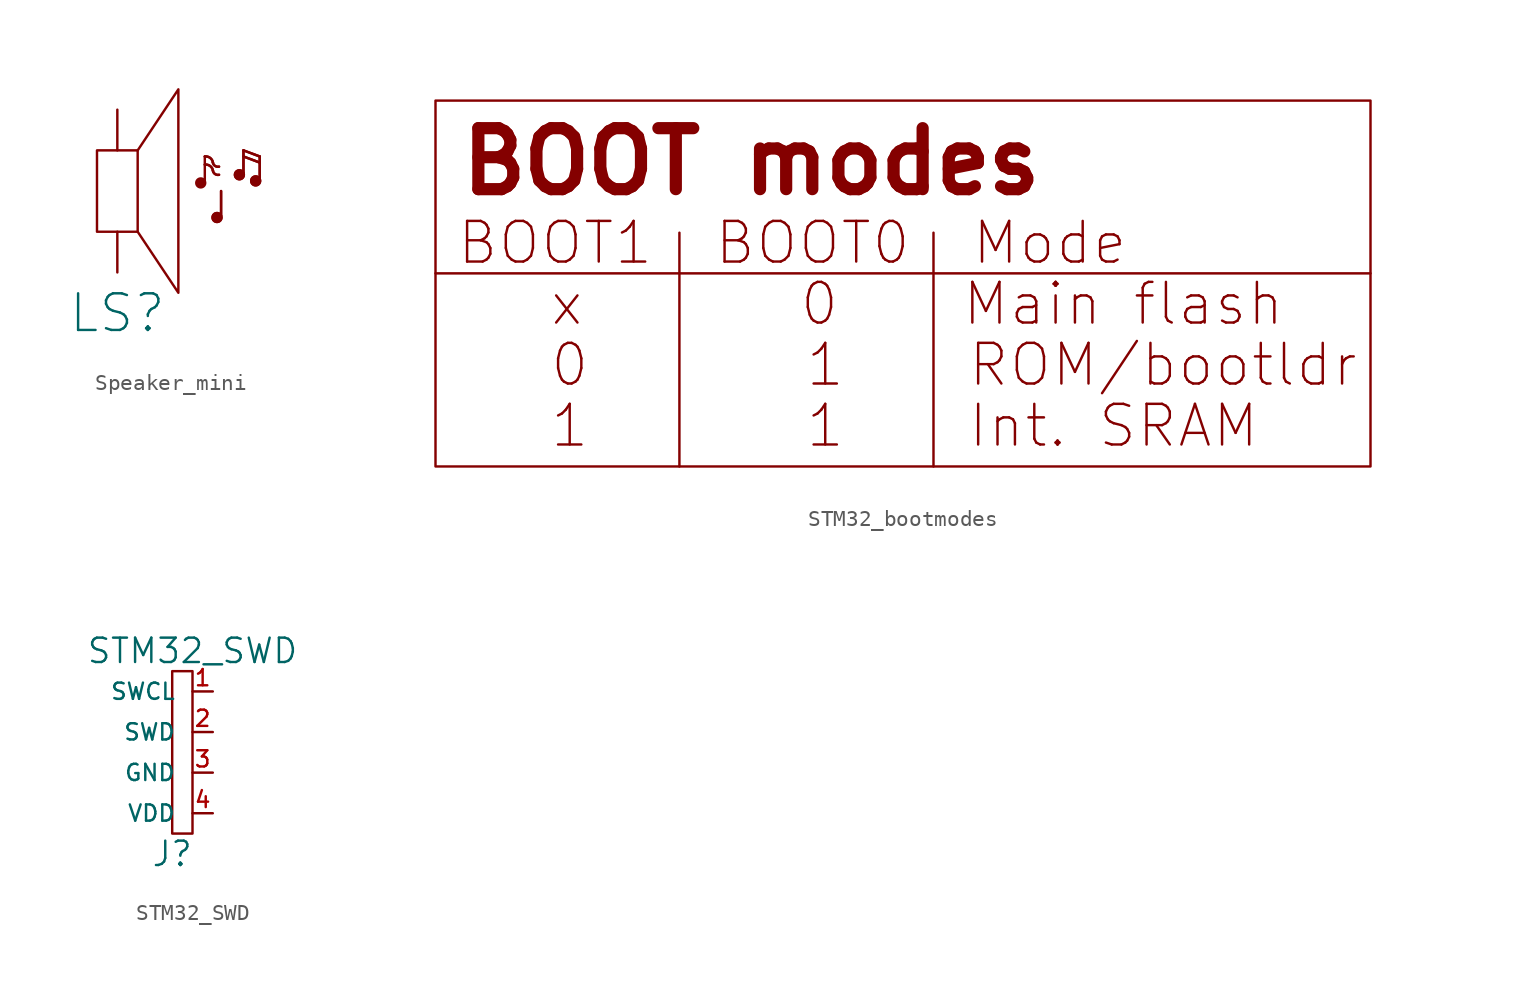
<source format=kicad_sym>
(kicad_symbol_lib
  (version 20211014)
  (generator kicad_symbol_editor)
  (symbol "Speaker_mini"
    (pin_numbers hide)
    (pin_names
      (offset 0) hide)
    (property "Reference" "LS"
      (at 0 -7.62 0)
      (effects (font (size 2.286 2.286))))
    (symbol "Speaker_mini_0_1"
      (rectangle (start -1.27 2.54) (end 1.27 -2.54) (stroke (width 0) (type default) (color 0 0 0 0)) (fill (type none)))
      (polyline (pts (xy 5.461 0.635) (xy 5.461 2.159)) (stroke (width 0) (type default) (color 0 0 0 0)) (fill (type none)))
      (polyline (pts (xy 6.477 -1.524) (xy 6.477 0)) (stroke (width 0) (type default) (color 0 0 0 0)) (fill (type none)))
      (polyline (pts (xy 6.477 -1.524) (xy 6.477 0)) (stroke (width 0) (type default) (color 0 0 0 0)) (fill (type none)))
      (polyline (pts (xy 7.874 1.016) (xy 7.874 2.54)) (stroke (width 0) (type default) (color 0 0 0 0)) (fill (type none)))
      (polyline (pts (xy 7.874 1.016) (xy 7.874 2.54)) (stroke (width 0) (type default) (color 0 0 0 0)) (fill (type none)))
      (polyline (pts (xy 7.874 2.159) (xy 8.89 1.778)) (stroke (width 0) (type default) (color 0 0 0 0)) (fill (type none)))
      (polyline (pts (xy 7.874 2.159) (xy 8.89 1.778)) (stroke (width 0) (type default) (color 0 0 0 0)) (fill (type none)))
      (polyline (pts (xy 7.874 2.54) (xy 8.89 2.159)) (stroke (width 0) (type default) (color 0 0 0 0)) (fill (type none)))
      (polyline (pts (xy 7.874 2.54) (xy 8.89 2.159)) (stroke (width 0) (type default) (color 0 0 0 0)) (fill (type none)))
      (polyline (pts (xy 8.89 0.762) (xy 8.89 2.159)) (stroke (width 0) (type default) (color 0 0 0 0)) (fill (type none)))
      (polyline (pts (xy 8.89 0.762) (xy 8.89 2.159)) (stroke (width 0) (type default) (color 0 0 0 0)) (fill (type none)))
      (polyline (pts (xy 1.27 2.54) (xy 3.81 6.35) (xy 3.81 -6.35) (xy 1.27 -2.54)) (stroke (width 0) (type default) (color 0 0 0 0)) (fill (type none)))
      (circle (center 5.207 0.508) (radius 0.279) (stroke (width 0) (type default) (color 0 0 0 0)) (fill (type outline)))
      (arc (start 5.969 1.27) (mid 5.7919 1.5631) (end 5.461 1.651) (stroke (width 0) (type default) (color 0 0 0 0)) (fill (type none)))
      (arc (start 5.969 1.27) (mid 5.7919 1.5631) (end 5.461 1.651) (stroke (width 0) (type default) (color 0 0 0 0)) (fill (type none)))
      (arc (start 5.969 1.27) (mid 6.1054 1.0618) (end 6.35 1.016) (stroke (width 0) (type default) (color 0 0 0 0)) (fill (type none)))
      (arc (start 5.969 1.27) (mid 6.1054 1.0618) (end 6.35 1.016) (stroke (width 0) (type default) (color 0 0 0 0)) (fill (type none)))
      (arc (start 5.969 1.778) (mid 5.7919 2.0711) (end 5.461 2.159) (stroke (width 0) (type default) (color 0 0 0 0)) (fill (type none)))
      (arc (start 5.969 1.778) (mid 5.7919 2.0711) (end 5.461 2.159) (stroke (width 0) (type default) (color 0 0 0 0)) (fill (type none)))
      (arc (start 5.969 1.778) (mid 6.1054 1.5698) (end 6.35 1.524) (stroke (width 0) (type default) (color 0 0 0 0)) (fill (type none)))
      (arc (start 5.969 1.778) (mid 6.1054 1.5698) (end 6.35 1.524) (stroke (width 0) (type default) (color 0 0 0 0)) (fill (type none)))
      (circle (center 6.223 -1.651) (radius 0.279) (stroke (width 0) (type default) (color 0 0 0 0)) (fill (type outline)))
      (circle (center 6.223 -1.651) (radius 0.279) (stroke (width 0) (type default) (color 0 0 0 0)) (fill (type outline)))
      (circle (center 7.62 1.016) (radius 0.279) (stroke (width 0) (type default) (color 0 0 0 0)) (fill (type outline)))
      (circle (center 7.62 1.016) (radius 0.279) (stroke (width 0) (type default) (color 0 0 0 0)) (fill (type outline)))
      (circle (center 8.636 0.635) (radius 0.279) (stroke (width 0) (type default) (color 0 0 0 0)) (fill (type outline)))
      (circle (center 8.636 0.635) (radius 0.279) (stroke (width 0) (type default) (color 0 0 0 0)) (fill (type outline))))
    (symbol "Speaker_mini_1_1"
      (pin passive line (at 0 5.08 270) (length 2.54) (name "L+" (effects (font (size 1.016 1.016)))) (number "1" (effects (font (size 1.016 1.016)))))
      (pin passive line (at 0 -5.08 90) (length 2.54) (name "L-" (effects (font (size 1.016 1.016)))) (number "2" (effects (font (size 1.016 1.016)))))))
  (symbol "STM32_bootmodes"
    (power)
    (pin_names
      (offset 1.016))
    (property "Reference" "TXT"
      (at -24.13 16.51 0)
      (effects (font (size 1.803 1.803)) hide))
    (symbol "STM32_bootmodes_1_1"
      (rectangle (start -27.94 15.24) (end 30.48 -7.62) (stroke (width 0) (type default) (color 0 0 0 0)) (fill (type none)))
      (polyline (pts (xy -27.94 4.445) (xy 30.48 4.445)) (stroke (width 0) (type default) (color 0 0 0 0)) (fill (type none)))
      (polyline (pts (xy -12.7 6.985) (xy -12.7 -7.62)) (stroke (width 0) (type default) (color 0 0 0 0)) (fill (type none)))
      (polyline (pts (xy 3.175 6.985) (xy 3.175 -7.62)) (stroke (width 0) (type default) (color 0 0 0 0)) (fill (type none)))
      (text "   0       1    ROM/bootldr" (at -26.67 -1.27 0) (effects (font (size 2.54 2.54)) (justify left)))
      (text "   1       1    Int. SRAM" (at -26.67 -5.08 0) (effects (font (size 2.54 2.54)) (justify left)))
      (text "   x       0    Main flash" (at -26.67 2.54 0) (effects (font (size 2.54 2.54)) (justify left)))
      (text "BOOT modes" (at -26.67 11.43 0) (effects (font (size 3.81 3.81) bold) (justify left)))
      (text "BOOT1  BOOT0  Mode" (at -26.67 6.35 0) (effects (font (size 2.54 2.54)) (justify left)))))
  (symbol "STM32_SWD"
    (pin_names
      (offset 1.016))
    (property "Reference" "J"
      (at -1.27 -7.62 0)
      (effects (font (size 1.524 1.524))))
    (property "Value" "STM32_SWD"
      (at 0 5.08 0)
      (effects (font (size 1.524 1.524))))
    (symbol "STM32_SWD_0_1"
      (rectangle (start -1.27 3.81) (end 0 -6.35) (stroke (width 0) (type default) (color 0 0 0 0)) (fill (type none))))
    (symbol "STM32_SWD_1_1"
      (pin input line (at 1.27 2.54 180) (length 1.27) (name "SWCL" (effects (font (size 1.016 1.016)))) (number "1" (effects (font (size 1.016 1.016)))))
      (pin input line (at 1.27 0 180) (length 1.27) (name "SWD" (effects (font (size 1.016 1.016)))) (number "2" (effects (font (size 1.016 1.016)))))
      (pin power_in line (at 1.27 -2.54 180) (length 1.27) (name "GND" (effects (font (size 1.016 1.016)))) (number "3" (effects (font (size 1.016 1.016)))))
      (pin power_in line (at 1.27 -5.08 180) (length 1.27) (name "VDD" (effects (font (size 1.016 1.016)))) (number "4" (effects (font (size 1.016 1.016))))))))
</source>
